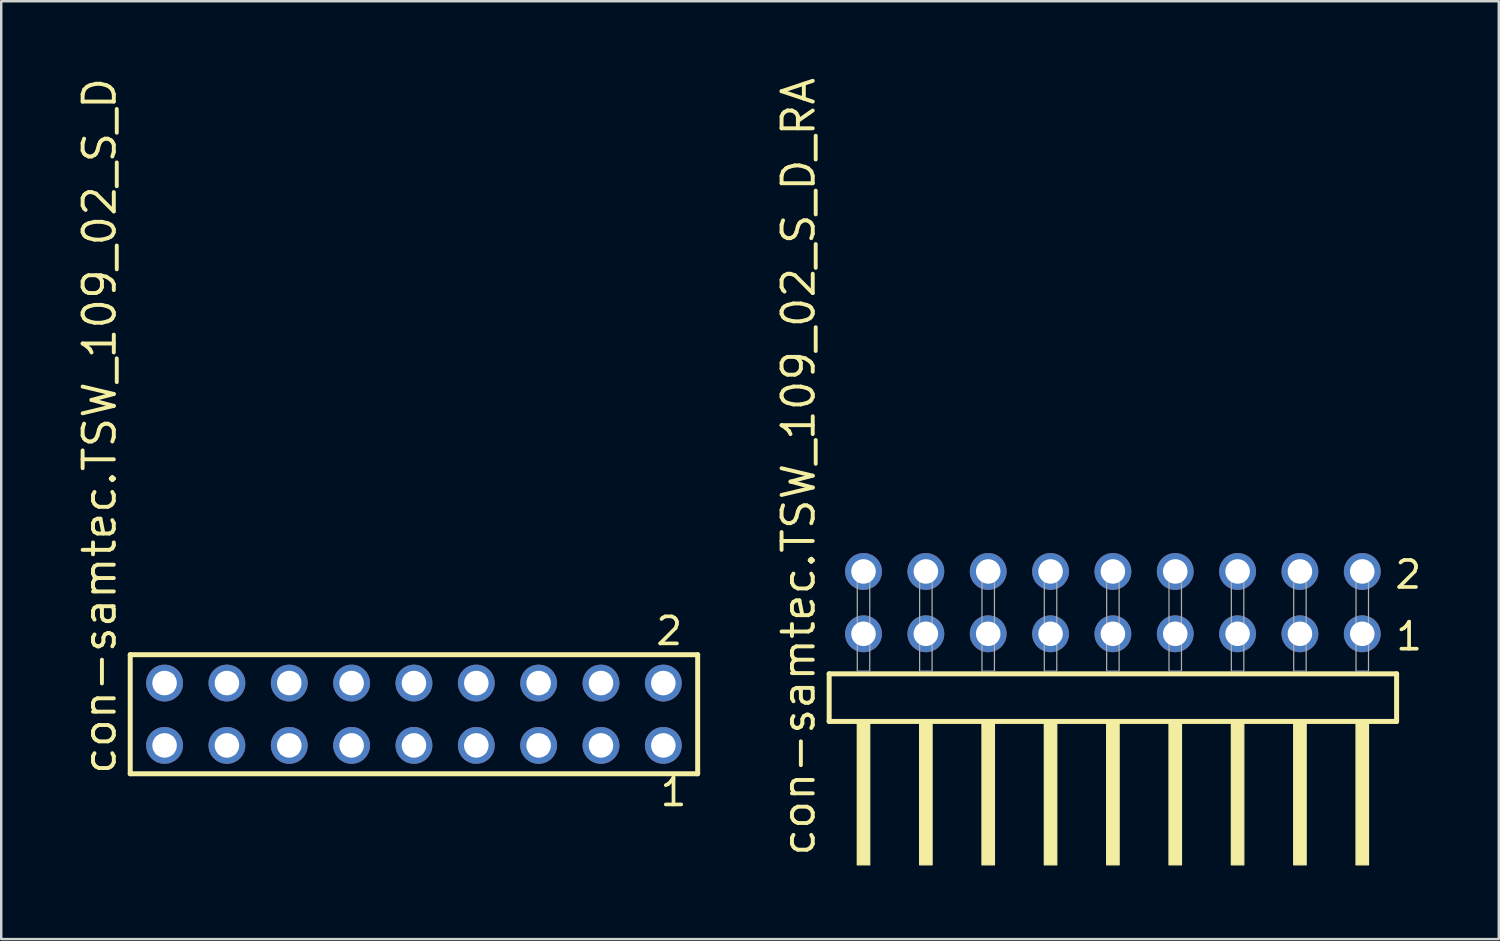
<source format=kicad_pcb>
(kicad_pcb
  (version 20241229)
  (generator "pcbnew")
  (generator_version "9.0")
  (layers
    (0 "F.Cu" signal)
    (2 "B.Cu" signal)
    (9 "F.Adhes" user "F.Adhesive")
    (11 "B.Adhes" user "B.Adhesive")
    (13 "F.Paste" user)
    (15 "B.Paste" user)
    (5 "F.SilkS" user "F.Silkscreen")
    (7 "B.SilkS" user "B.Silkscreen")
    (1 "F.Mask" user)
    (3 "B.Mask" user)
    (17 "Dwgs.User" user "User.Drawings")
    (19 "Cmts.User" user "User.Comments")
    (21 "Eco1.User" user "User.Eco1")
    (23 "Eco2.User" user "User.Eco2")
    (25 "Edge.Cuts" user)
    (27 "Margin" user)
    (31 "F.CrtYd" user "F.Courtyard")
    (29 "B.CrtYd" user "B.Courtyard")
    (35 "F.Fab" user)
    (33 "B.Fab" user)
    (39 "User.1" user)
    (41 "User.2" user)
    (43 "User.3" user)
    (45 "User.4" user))
  (footprint "con-samtec.TSW_109_02_S_D_RA"
    (layer "F.Cu")
    (at 42.291 24.296)
    (property "Reference" "con-samtec.TSW_109_02_S_D_RA" (at -12.065 7.62 90) (layer "F.SilkS") (effects (font (size 1.27 1.27) (thickness 0.16)) (justify left bottom)))
    (attr through_hole)
    (fp_line (start -11.559 0.106) (end -11.559 2.046) (stroke (width 0.203) (type default)) (layer "F.SilkS"))
    (fp_line (start -11.559 2.046) (end 11.559 2.046) (stroke (width 0.203) (type default)) (layer "F.SilkS"))
    (fp_line (start 11.559 0.106) (end -11.559 0.106) (stroke (width 0.203) (type default)) (layer "F.SilkS"))
    (fp_line (start 11.559 2.046) (end 11.559 0.106) (stroke (width 0.203) (type default)) (layer "F.SilkS"))
    (fp_rect (start -10.414 7.89) (end -9.906 2.04) (stroke (width 0.05) (type default)) (fill yes) (layer "F.SilkS"))
    (fp_rect (start -7.874 7.89) (end -7.366 2.04) (stroke (width 0.05) (type default)) (fill yes) (layer "F.SilkS"))
    (fp_rect (start -5.334 7.89) (end -4.826 2.04) (stroke (width 0.05) (type default)) (fill yes) (layer "F.SilkS"))
    (fp_rect (start -2.794 7.89) (end -2.286 2.04) (stroke (width 0.05) (type default)) (fill yes) (layer "F.SilkS"))
    (fp_rect (start -0.254 7.89) (end 0.254 2.04) (stroke (width 0.05) (type default)) (fill yes) (layer "F.SilkS"))
    (fp_rect (start 2.286 7.89) (end 2.794 2.04) (stroke (width 0.05) (type default)) (fill yes) (layer "F.SilkS"))
    (fp_rect (start 4.826 7.89) (end 5.334 2.04) (stroke (width 0.05) (type default)) (fill yes) (layer "F.SilkS"))
    (fp_rect (start 7.366 7.89) (end 7.874 2.04) (stroke (width 0.05) (type default)) (fill yes) (layer "F.SilkS"))
    (fp_rect (start 9.906 7.89) (end 10.414 2.04) (stroke (width 0.05) (type default)) (fill yes) (layer "F.SilkS"))
    (fp_rect (start -10.414 0) (end -9.906 -4.318) (stroke (width 0.05) (type default)) (fill no) (layer "F.Fab"))
    (fp_rect (start -7.874 0) (end -7.366 -4.318) (stroke (width 0.05) (type default)) (fill no) (layer "F.Fab"))
    (fp_rect (start -5.334 0) (end -4.826 -4.318) (stroke (width 0.05) (type default)) (fill no) (layer "F.Fab"))
    (fp_rect (start -2.794 0) (end -2.286 -4.318) (stroke (width 0.05) (type default)) (fill no) (layer "F.Fab"))
    (fp_rect (start -0.254 0) (end 0.254 -4.318) (stroke (width 0.05) (type default)) (fill no) (layer "F.Fab"))
    (fp_rect (start 2.286 0) (end 2.794 -4.318) (stroke (width 0.05) (type default)) (fill no) (layer "F.Fab"))
    (fp_rect (start 4.826 0) (end 5.334 -4.318) (stroke (width 0.05) (type default)) (fill no) (layer "F.Fab"))
    (fp_rect (start 7.366 0) (end 7.874 -4.318) (stroke (width 0.05) (type default)) (fill no) (layer "F.Fab"))
    (fp_rect (start 9.906 0) (end 10.414 -4.318) (stroke (width 0.05) (type default)) (fill no) (layer "F.Fab"))
    (fp_text user "1" (at 11.445 -0.775 0) (layer "F.SilkS") (effects (font (size 1.1 1.1) (thickness 0.15)) (justify left bottom)))
    (fp_text user "2" (at 11.41 -3.29 0) (layer "F.SilkS") (effects (font (size 1.1 1.1) (thickness 0.15)) (justify left bottom)))
    (pad "1" thru_hole circle (at 10.16 -1.524 180) (size 1.5 1.5) (drill 1) (layers "*.Cu" "*.Mask"))
    (pad "2" thru_hole circle (at 10.16 -4.064 180) (size 1.5 1.5) (drill 1) (layers "*.Cu" "*.Mask"))
    (pad "3" thru_hole circle (at 7.62 -1.524 180) (size 1.5 1.5) (drill 1) (layers "*.Cu" "*.Mask"))
    (pad "4" thru_hole circle (at 7.62 -4.064 180) (size 1.5 1.5) (drill 1) (layers "*.Cu" "*.Mask"))
    (pad "5" thru_hole circle (at 5.08 -1.524 180) (size 1.5 1.5) (drill 1) (layers "*.Cu" "*.Mask"))
    (pad "6" thru_hole circle (at 5.08 -4.064 180) (size 1.5 1.5) (drill 1) (layers "*.Cu" "*.Mask"))
    (pad "7" thru_hole circle (at 2.54 -1.524 180) (size 1.5 1.5) (drill 1) (layers "*.Cu" "*.Mask"))
    (pad "8" thru_hole circle (at 2.54 -4.064 180) (size 1.5 1.5) (drill 1) (layers "*.Cu" "*.Mask"))
    (pad "9" thru_hole circle (at 0 -1.524 180) (size 1.5 1.5) (drill 1) (layers "*.Cu" "*.Mask"))
    (pad "10" thru_hole circle (at 0 -4.064 180) (size 1.5 1.5) (drill 1) (layers "*.Cu" "*.Mask"))
    (pad "11" thru_hole circle (at -2.54 -1.524 180) (size 1.5 1.5) (drill 1) (layers "*.Cu" "*.Mask"))
    (pad "12" thru_hole circle (at -2.54 -4.064 180) (size 1.5 1.5) (drill 1) (layers "*.Cu" "*.Mask"))
    (pad "13" thru_hole circle (at -5.08 -1.524 180) (size 1.5 1.5) (drill 1) (layers "*.Cu" "*.Mask"))
    (pad "14" thru_hole circle (at -5.08 -4.064 180) (size 1.5 1.5) (drill 1) (layers "*.Cu" "*.Mask"))
    (pad "15" thru_hole circle (at -7.62 -1.524 180) (size 1.5 1.5) (drill 1) (layers "*.Cu" "*.Mask"))
    (pad "16" thru_hole circle (at -7.62 -4.064 180) (size 1.5 1.5) (drill 1) (layers "*.Cu" "*.Mask"))
    (pad "17" thru_hole circle (at -10.16 -1.524 180) (size 1.5 1.5) (drill 1) (layers "*.Cu" "*.Mask"))
    (pad "18" thru_hole circle (at -10.16 -4.064 180) (size 1.5 1.5) (drill 1) (layers "*.Cu" "*.Mask")))
  (footprint "con-samtec.TSW_109_02_S_D"
    (layer "F.Cu")
    (at 13.815 26.049)
    (property "Reference" "con-samtec.TSW_109_02_S_D" (at -12.065 2.54 90) (layer "F.SilkS") (effects (font (size 1.27 1.27) (thickness 0.16)) (justify left bottom)))
    (attr through_hole)
    (fp_line (start -11.559 -2.425) (end 11.559 -2.425) (stroke (width 0.203) (type default)) (layer "F.SilkS"))
    (fp_line (start -11.559 2.425) (end -11.559 -2.425) (stroke (width 0.203) (type default)) (layer "F.SilkS"))
    (fp_line (start 11.559 -2.425) (end 11.559 2.425) (stroke (width 0.203) (type default)) (layer "F.SilkS"))
    (fp_line (start 11.559 2.425) (end -11.559 2.425) (stroke (width 0.203) (type default)) (layer "F.SilkS"))
    (fp_rect (start -10.51 -0.92) (end -9.81 -1.62) (stroke (width 0.05) (type default)) (fill no) (layer "F.Fab"))
    (fp_rect (start -10.51 1.62) (end -9.81 0.92) (stroke (width 0.05) (type default)) (fill no) (layer "F.Fab"))
    (fp_rect (start -7.97 -0.92) (end -7.27 -1.62) (stroke (width 0.05) (type default)) (fill no) (layer "F.Fab"))
    (fp_rect (start -7.97 1.62) (end -7.27 0.92) (stroke (width 0.05) (type default)) (fill no) (layer "F.Fab"))
    (fp_rect (start -5.43 -0.92) (end -4.73 -1.62) (stroke (width 0.05) (type default)) (fill no) (layer "F.Fab"))
    (fp_rect (start -5.43 1.62) (end -4.73 0.92) (stroke (width 0.05) (type default)) (fill no) (layer "F.Fab"))
    (fp_rect (start -2.89 -0.92) (end -2.19 -1.62) (stroke (width 0.05) (type default)) (fill no) (layer "F.Fab"))
    (fp_rect (start -2.89 1.62) (end -2.19 0.92) (stroke (width 0.05) (type default)) (fill no) (layer "F.Fab"))
    (fp_rect (start -0.35 -0.92) (end 0.35 -1.62) (stroke (width 0.05) (type default)) (fill no) (layer "F.Fab"))
    (fp_rect (start -0.35 1.62) (end 0.35 0.92) (stroke (width 0.05) (type default)) (fill no) (layer "F.Fab"))
    (fp_rect (start 2.19 -0.92) (end 2.89 -1.62) (stroke (width 0.05) (type default)) (fill no) (layer "F.Fab"))
    (fp_rect (start 2.19 1.62) (end 2.89 0.92) (stroke (width 0.05) (type default)) (fill no) (layer "F.Fab"))
    (fp_rect (start 4.73 -0.92) (end 5.43 -1.62) (stroke (width 0.05) (type default)) (fill no) (layer "F.Fab"))
    (fp_rect (start 4.73 1.62) (end 5.43 0.92) (stroke (width 0.05) (type default)) (fill no) (layer "F.Fab"))
    (fp_rect (start 7.27 -0.92) (end 7.97 -1.62) (stroke (width 0.05) (type default)) (fill no) (layer "F.Fab"))
    (fp_rect (start 7.27 1.62) (end 7.97 0.92) (stroke (width 0.05) (type default)) (fill no) (layer "F.Fab"))
    (fp_rect (start 9.81 -0.92) (end 10.51 -1.62) (stroke (width 0.05) (type default)) (fill no) (layer "F.Fab"))
    (fp_rect (start 9.81 1.62) (end 10.51 0.92) (stroke (width 0.05) (type default)) (fill no) (layer "F.Fab"))
    (fp_text user "2" (at 9.777 -2.744 0) (layer "F.SilkS") (effects (font (size 1.1 1.1) (thickness 0.15)) (justify left bottom)))
    (fp_text user "1" (at 9.952 3.818 0) (layer "F.SilkS") (effects (font (size 1.1 1.1) (thickness 0.15)) (justify left bottom)))
    (pad "1" thru_hole circle (at 10.16 1.27 180) (size 1.5 1.5) (drill 1) (layers "*.Cu" "*.Mask"))
    (pad "2" thru_hole circle (at 10.16 -1.27 180) (size 1.5 1.5) (drill 1) (layers "*.Cu" "*.Mask"))
    (pad "3" thru_hole circle (at 7.62 1.27 180) (size 1.5 1.5) (drill 1) (layers "*.Cu" "*.Mask"))
    (pad "4" thru_hole circle (at 7.62 -1.27 180) (size 1.5 1.5) (drill 1) (layers "*.Cu" "*.Mask"))
    (pad "5" thru_hole circle (at 5.08 1.27 180) (size 1.5 1.5) (drill 1) (layers "*.Cu" "*.Mask"))
    (pad "6" thru_hole circle (at 5.08 -1.27 180) (size 1.5 1.5) (drill 1) (layers "*.Cu" "*.Mask"))
    (pad "7" thru_hole circle (at 2.54 1.27 180) (size 1.5 1.5) (drill 1) (layers "*.Cu" "*.Mask"))
    (pad "8" thru_hole circle (at 2.54 -1.27 180) (size 1.5 1.5) (drill 1) (layers "*.Cu" "*.Mask"))
    (pad "9" thru_hole circle (at 0 1.27 180) (size 1.5 1.5) (drill 1) (layers "*.Cu" "*.Mask"))
    (pad "10" thru_hole circle (at 0 -1.27 180) (size 1.5 1.5) (drill 1) (layers "*.Cu" "*.Mask"))
    (pad "11" thru_hole circle (at -2.54 1.27 180) (size 1.5 1.5) (drill 1) (layers "*.Cu" "*.Mask"))
    (pad "12" thru_hole circle (at -2.54 -1.27 180) (size 1.5 1.5) (drill 1) (layers "*.Cu" "*.Mask"))
    (pad "13" thru_hole circle (at -5.08 1.27 180) (size 1.5 1.5) (drill 1) (layers "*.Cu" "*.Mask"))
    (pad "14" thru_hole circle (at -5.08 -1.27 180) (size 1.5 1.5) (drill 1) (layers "*.Cu" "*.Mask"))
    (pad "15" thru_hole circle (at -7.62 1.27 180) (size 1.5 1.5) (drill 1) (layers "*.Cu" "*.Mask"))
    (pad "16" thru_hole circle (at -7.62 -1.27 180) (size 1.5 1.5) (drill 1) (layers "*.Cu" "*.Mask"))
    (pad "17" thru_hole circle (at -10.16 1.27 180) (size 1.5 1.5) (drill 1) (layers "*.Cu" "*.Mask"))
    (pad "18" thru_hole circle (at -10.16 -1.27 180) (size 1.5 1.5) (drill 1) (layers "*.Cu" "*.Mask")))
  (gr_rect
    (start -3 -3)
    (end 58.013 35.211)
    (stroke (width 0.1) (type default))
    (fill no)
    (layer "Edge.Cuts")))
</source>
